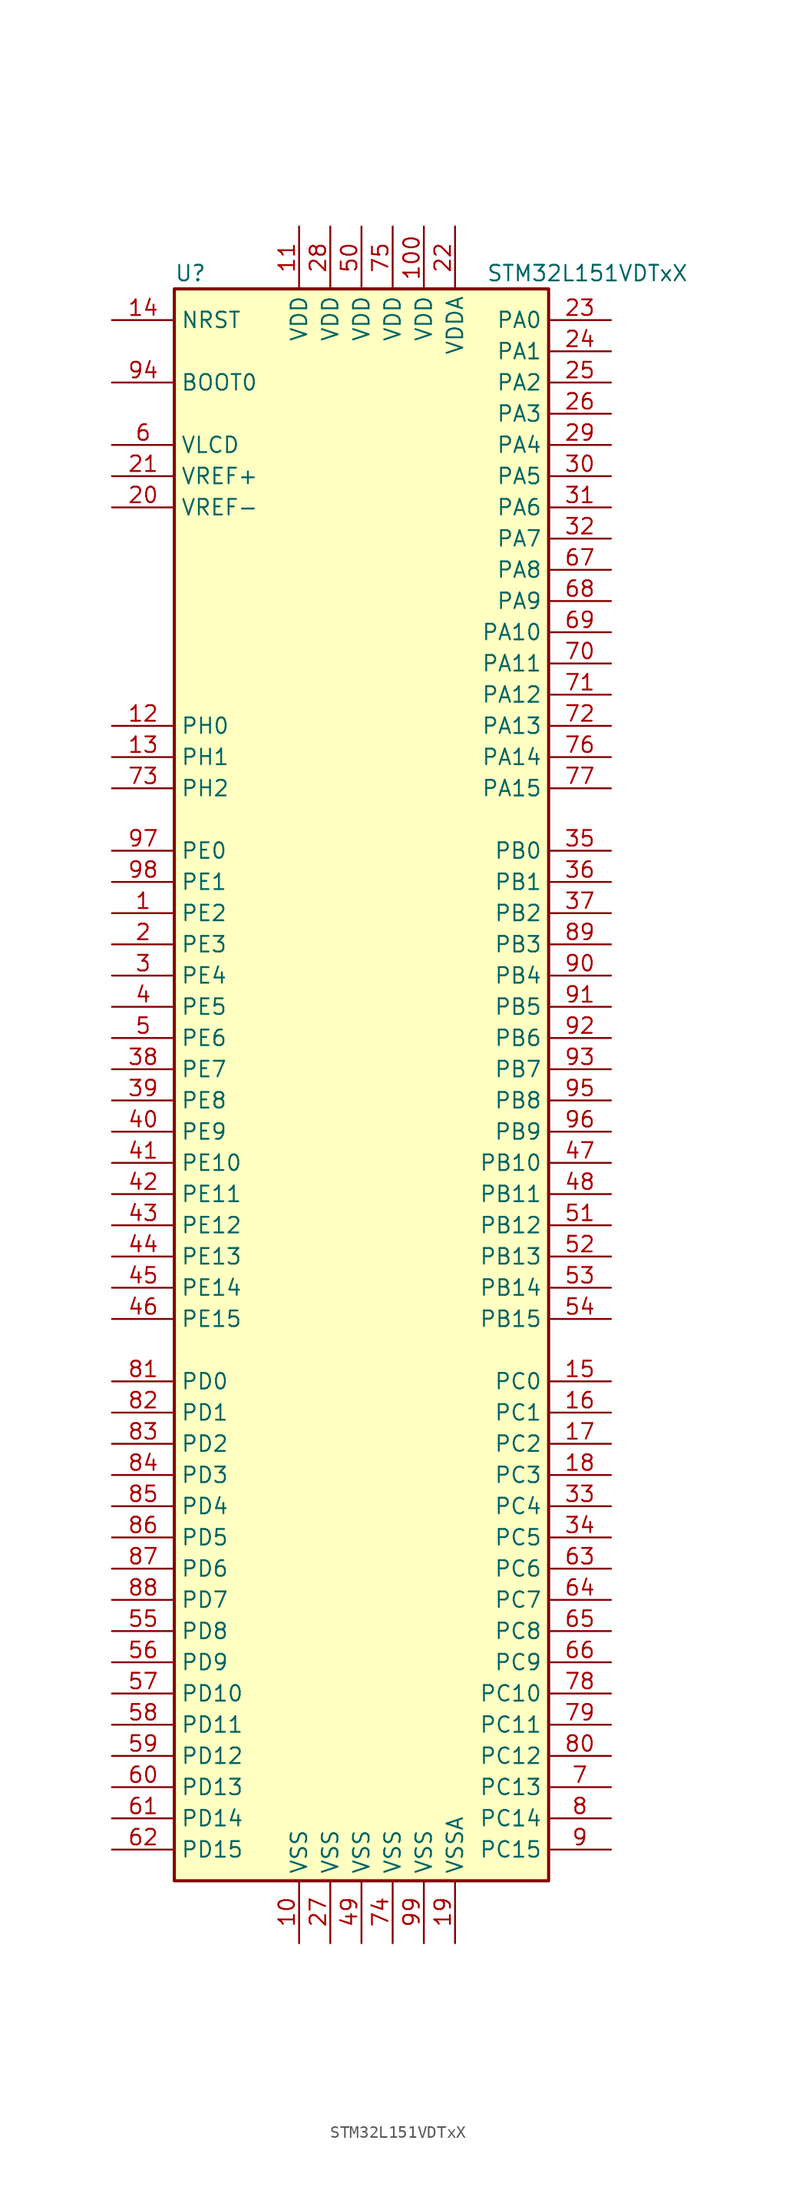
<source format=kicad_sym>
(kicad_symbol_lib
  (version 20201005)
  (generator kicad_symbol_editor)
  (symbol "STM32L151VDTxX"
    (property "Reference" "U"
      (at -15.24 64.77 0)
      (effects (font (size 1.27 1.27)) (justify left)))
    (property "Value" "STM32L151VDTxX"
      (at 10.16 64.77 0)
      (effects (font (size 1.27 1.27)) (justify left)))
    (symbol "STM32L151VDTxX_0_1"
      (rectangle (start -15.24 -66.04) (end 15.24 63.5) (stroke (width 0.254)) (fill (type background))))
    (symbol "STM32L151VDTxX_1_1"
      (pin input line (at -20.32 55.88 0) (length 5.08) (name "BOOT0" (effects (font (size 1.27 1.27)))) (number "94" (effects (font (size 1.27 1.27)))))
      (pin input line (at -20.32 60.96 0) (length 5.08) (name "NRST" (effects (font (size 1.27 1.27)))) (number "14" (effects (font (size 1.27 1.27)))))
      (pin bidirectional line (at 20.32 60.96 180) (length 5.08) (name "PA0" (effects (font (size 1.27 1.27)))) (number "23" (effects (font (size 1.27 1.27)))))
      (pin bidirectional line (at 20.32 58.42 180) (length 5.08) (name "PA1" (effects (font (size 1.27 1.27)))) (number "24" (effects (font (size 1.27 1.27)))))
      (pin bidirectional line (at 20.32 35.56 180) (length 5.08) (name "PA10" (effects (font (size 1.27 1.27)))) (number "69" (effects (font (size 1.27 1.27)))))
      (pin bidirectional line (at 20.32 33.02 180) (length 5.08) (name "PA11" (effects (font (size 1.27 1.27)))) (number "70" (effects (font (size 1.27 1.27)))))
      (pin bidirectional line (at 20.32 30.48 180) (length 5.08) (name "PA12" (effects (font (size 1.27 1.27)))) (number "71" (effects (font (size 1.27 1.27)))))
      (pin bidirectional line (at 20.32 27.94 180) (length 5.08) (name "PA13" (effects (font (size 1.27 1.27)))) (number "72" (effects (font (size 1.27 1.27)))))
      (pin bidirectional line (at 20.32 25.4 180) (length 5.08) (name "PA14" (effects (font (size 1.27 1.27)))) (number "76" (effects (font (size 1.27 1.27)))))
      (pin bidirectional line (at 20.32 22.86 180) (length 5.08) (name "PA15" (effects (font (size 1.27 1.27)))) (number "77" (effects (font (size 1.27 1.27)))))
      (pin bidirectional line (at 20.32 55.88 180) (length 5.08) (name "PA2" (effects (font (size 1.27 1.27)))) (number "25" (effects (font (size 1.27 1.27)))))
      (pin bidirectional line (at 20.32 53.34 180) (length 5.08) (name "PA3" (effects (font (size 1.27 1.27)))) (number "26" (effects (font (size 1.27 1.27)))))
      (pin bidirectional line (at 20.32 50.8 180) (length 5.08) (name "PA4" (effects (font (size 1.27 1.27)))) (number "29" (effects (font (size 1.27 1.27)))))
      (pin bidirectional line (at 20.32 48.26 180) (length 5.08) (name "PA5" (effects (font (size 1.27 1.27)))) (number "30" (effects (font (size 1.27 1.27)))))
      (pin bidirectional line (at 20.32 45.72 180) (length 5.08) (name "PA6" (effects (font (size 1.27 1.27)))) (number "31" (effects (font (size 1.27 1.27)))))
      (pin bidirectional line (at 20.32 43.18 180) (length 5.08) (name "PA7" (effects (font (size 1.27 1.27)))) (number "32" (effects (font (size 1.27 1.27)))))
      (pin bidirectional line (at 20.32 40.64 180) (length 5.08) (name "PA8" (effects (font (size 1.27 1.27)))) (number "67" (effects (font (size 1.27 1.27)))))
      (pin bidirectional line (at 20.32 38.1 180) (length 5.08) (name "PA9" (effects (font (size 1.27 1.27)))) (number "68" (effects (font (size 1.27 1.27)))))
      (pin bidirectional line (at 20.32 17.78 180) (length 5.08) (name "PB0" (effects (font (size 1.27 1.27)))) (number "35" (effects (font (size 1.27 1.27)))))
      (pin bidirectional line (at 20.32 15.24 180) (length 5.08) (name "PB1" (effects (font (size 1.27 1.27)))) (number "36" (effects (font (size 1.27 1.27)))))
      (pin bidirectional line (at 20.32 -7.62 180) (length 5.08) (name "PB10" (effects (font (size 1.27 1.27)))) (number "47" (effects (font (size 1.27 1.27)))))
      (pin bidirectional line (at 20.32 -10.16 180) (length 5.08) (name "PB11" (effects (font (size 1.27 1.27)))) (number "48" (effects (font (size 1.27 1.27)))))
      (pin bidirectional line (at 20.32 -12.7 180) (length 5.08) (name "PB12" (effects (font (size 1.27 1.27)))) (number "51" (effects (font (size 1.27 1.27)))))
      (pin bidirectional line (at 20.32 -15.24 180) (length 5.08) (name "PB13" (effects (font (size 1.27 1.27)))) (number "52" (effects (font (size 1.27 1.27)))))
      (pin bidirectional line (at 20.32 -17.78 180) (length 5.08) (name "PB14" (effects (font (size 1.27 1.27)))) (number "53" (effects (font (size 1.27 1.27)))))
      (pin bidirectional line (at 20.32 -20.32 180) (length 5.08) (name "PB15" (effects (font (size 1.27 1.27)))) (number "54" (effects (font (size 1.27 1.27)))))
      (pin bidirectional line (at 20.32 12.7 180) (length 5.08) (name "PB2" (effects (font (size 1.27 1.27)))) (number "37" (effects (font (size 1.27 1.27)))))
      (pin bidirectional line (at 20.32 10.16 180) (length 5.08) (name "PB3" (effects (font (size 1.27 1.27)))) (number "89" (effects (font (size 1.27 1.27)))))
      (pin bidirectional line (at 20.32 7.62 180) (length 5.08) (name "PB4" (effects (font (size 1.27 1.27)))) (number "90" (effects (font (size 1.27 1.27)))))
      (pin bidirectional line (at 20.32 5.08 180) (length 5.08) (name "PB5" (effects (font (size 1.27 1.27)))) (number "91" (effects (font (size 1.27 1.27)))))
      (pin bidirectional line (at 20.32 2.54 180) (length 5.08) (name "PB6" (effects (font (size 1.27 1.27)))) (number "92" (effects (font (size 1.27 1.27)))))
      (pin bidirectional line (at 20.32 0 180) (length 5.08) (name "PB7" (effects (font (size 1.27 1.27)))) (number "93" (effects (font (size 1.27 1.27)))))
      (pin bidirectional line (at 20.32 -2.54 180) (length 5.08) (name "PB8" (effects (font (size 1.27 1.27)))) (number "95" (effects (font (size 1.27 1.27)))))
      (pin bidirectional line (at 20.32 -5.08 180) (length 5.08) (name "PB9" (effects (font (size 1.27 1.27)))) (number "96" (effects (font (size 1.27 1.27)))))
      (pin bidirectional line (at 20.32 -25.4 180) (length 5.08) (name "PC0" (effects (font (size 1.27 1.27)))) (number "15" (effects (font (size 1.27 1.27)))))
      (pin bidirectional line (at 20.32 -27.94 180) (length 5.08) (name "PC1" (effects (font (size 1.27 1.27)))) (number "16" (effects (font (size 1.27 1.27)))))
      (pin bidirectional line (at 20.32 -50.8 180) (length 5.08) (name "PC10" (effects (font (size 1.27 1.27)))) (number "78" (effects (font (size 1.27 1.27)))))
      (pin bidirectional line (at 20.32 -53.34 180) (length 5.08) (name "PC11" (effects (font (size 1.27 1.27)))) (number "79" (effects (font (size 1.27 1.27)))))
      (pin bidirectional line (at 20.32 -55.88 180) (length 5.08) (name "PC12" (effects (font (size 1.27 1.27)))) (number "80" (effects (font (size 1.27 1.27)))))
      (pin bidirectional line (at 20.32 -58.42 180) (length 5.08) (name "PC13" (effects (font (size 1.27 1.27)))) (number "7" (effects (font (size 1.27 1.27)))))
      (pin bidirectional line (at 20.32 -60.96 180) (length 5.08) (name "PC14" (effects (font (size 1.27 1.27)))) (number "8" (effects (font (size 1.27 1.27)))))
      (pin bidirectional line (at 20.32 -63.5 180) (length 5.08) (name "PC15" (effects (font (size 1.27 1.27)))) (number "9" (effects (font (size 1.27 1.27)))))
      (pin bidirectional line (at 20.32 -30.48 180) (length 5.08) (name "PC2" (effects (font (size 1.27 1.27)))) (number "17" (effects (font (size 1.27 1.27)))))
      (pin bidirectional line (at 20.32 -33.02 180) (length 5.08) (name "PC3" (effects (font (size 1.27 1.27)))) (number "18" (effects (font (size 1.27 1.27)))))
      (pin bidirectional line (at 20.32 -35.56 180) (length 5.08) (name "PC4" (effects (font (size 1.27 1.27)))) (number "33" (effects (font (size 1.27 1.27)))))
      (pin bidirectional line (at 20.32 -38.1 180) (length 5.08) (name "PC5" (effects (font (size 1.27 1.27)))) (number "34" (effects (font (size 1.27 1.27)))))
      (pin bidirectional line (at 20.32 -40.64 180) (length 5.08) (name "PC6" (effects (font (size 1.27 1.27)))) (number "63" (effects (font (size 1.27 1.27)))))
      (pin bidirectional line (at 20.32 -43.18 180) (length 5.08) (name "PC7" (effects (font (size 1.27 1.27)))) (number "64" (effects (font (size 1.27 1.27)))))
      (pin bidirectional line (at 20.32 -45.72 180) (length 5.08) (name "PC8" (effects (font (size 1.27 1.27)))) (number "65" (effects (font (size 1.27 1.27)))))
      (pin bidirectional line (at 20.32 -48.26 180) (length 5.08) (name "PC9" (effects (font (size 1.27 1.27)))) (number "66" (effects (font (size 1.27 1.27)))))
      (pin bidirectional line (at -20.32 -25.4 0) (length 5.08) (name "PD0" (effects (font (size 1.27 1.27)))) (number "81" (effects (font (size 1.27 1.27)))))
      (pin bidirectional line (at -20.32 -27.94 0) (length 5.08) (name "PD1" (effects (font (size 1.27 1.27)))) (number "82" (effects (font (size 1.27 1.27)))))
      (pin bidirectional line (at -20.32 -50.8 0) (length 5.08) (name "PD10" (effects (font (size 1.27 1.27)))) (number "57" (effects (font (size 1.27 1.27)))))
      (pin bidirectional line (at -20.32 -53.34 0) (length 5.08) (name "PD11" (effects (font (size 1.27 1.27)))) (number "58" (effects (font (size 1.27 1.27)))))
      (pin bidirectional line (at -20.32 -55.88 0) (length 5.08) (name "PD12" (effects (font (size 1.27 1.27)))) (number "59" (effects (font (size 1.27 1.27)))))
      (pin bidirectional line (at -20.32 -58.42 0) (length 5.08) (name "PD13" (effects (font (size 1.27 1.27)))) (number "60" (effects (font (size 1.27 1.27)))))
      (pin bidirectional line (at -20.32 -60.96 0) (length 5.08) (name "PD14" (effects (font (size 1.27 1.27)))) (number "61" (effects (font (size 1.27 1.27)))))
      (pin bidirectional line (at -20.32 -63.5 0) (length 5.08) (name "PD15" (effects (font (size 1.27 1.27)))) (number "62" (effects (font (size 1.27 1.27)))))
      (pin bidirectional line (at -20.32 -30.48 0) (length 5.08) (name "PD2" (effects (font (size 1.27 1.27)))) (number "83" (effects (font (size 1.27 1.27)))))
      (pin bidirectional line (at -20.32 -33.02 0) (length 5.08) (name "PD3" (effects (font (size 1.27 1.27)))) (number "84" (effects (font (size 1.27 1.27)))))
      (pin bidirectional line (at -20.32 -35.56 0) (length 5.08) (name "PD4" (effects (font (size 1.27 1.27)))) (number "85" (effects (font (size 1.27 1.27)))))
      (pin bidirectional line (at -20.32 -38.1 0) (length 5.08) (name "PD5" (effects (font (size 1.27 1.27)))) (number "86" (effects (font (size 1.27 1.27)))))
      (pin bidirectional line (at -20.32 -40.64 0) (length 5.08) (name "PD6" (effects (font (size 1.27 1.27)))) (number "87" (effects (font (size 1.27 1.27)))))
      (pin bidirectional line (at -20.32 -43.18 0) (length 5.08) (name "PD7" (effects (font (size 1.27 1.27)))) (number "88" (effects (font (size 1.27 1.27)))))
      (pin bidirectional line (at -20.32 -45.72 0) (length 5.08) (name "PD8" (effects (font (size 1.27 1.27)))) (number "55" (effects (font (size 1.27 1.27)))))
      (pin bidirectional line (at -20.32 -48.26 0) (length 5.08) (name "PD9" (effects (font (size 1.27 1.27)))) (number "56" (effects (font (size 1.27 1.27)))))
      (pin bidirectional line (at -20.32 17.78 0) (length 5.08) (name "PE0" (effects (font (size 1.27 1.27)))) (number "97" (effects (font (size 1.27 1.27)))))
      (pin bidirectional line (at -20.32 15.24 0) (length 5.08) (name "PE1" (effects (font (size 1.27 1.27)))) (number "98" (effects (font (size 1.27 1.27)))))
      (pin bidirectional line (at -20.32 -7.62 0) (length 5.08) (name "PE10" (effects (font (size 1.27 1.27)))) (number "41" (effects (font (size 1.27 1.27)))))
      (pin bidirectional line (at -20.32 -10.16 0) (length 5.08) (name "PE11" (effects (font (size 1.27 1.27)))) (number "42" (effects (font (size 1.27 1.27)))))
      (pin bidirectional line (at -20.32 -12.7 0) (length 5.08) (name "PE12" (effects (font (size 1.27 1.27)))) (number "43" (effects (font (size 1.27 1.27)))))
      (pin bidirectional line (at -20.32 -15.24 0) (length 5.08) (name "PE13" (effects (font (size 1.27 1.27)))) (number "44" (effects (font (size 1.27 1.27)))))
      (pin bidirectional line (at -20.32 -17.78 0) (length 5.08) (name "PE14" (effects (font (size 1.27 1.27)))) (number "45" (effects (font (size 1.27 1.27)))))
      (pin bidirectional line (at -20.32 -20.32 0) (length 5.08) (name "PE15" (effects (font (size 1.27 1.27)))) (number "46" (effects (font (size 1.27 1.27)))))
      (pin bidirectional line (at -20.32 12.7 0) (length 5.08) (name "PE2" (effects (font (size 1.27 1.27)))) (number "1" (effects (font (size 1.27 1.27)))))
      (pin bidirectional line (at -20.32 10.16 0) (length 5.08) (name "PE3" (effects (font (size 1.27 1.27)))) (number "2" (effects (font (size 1.27 1.27)))))
      (pin bidirectional line (at -20.32 7.62 0) (length 5.08) (name "PE4" (effects (font (size 1.27 1.27)))) (number "3" (effects (font (size 1.27 1.27)))))
      (pin bidirectional line (at -20.32 5.08 0) (length 5.08) (name "PE5" (effects (font (size 1.27 1.27)))) (number "4" (effects (font (size 1.27 1.27)))))
      (pin bidirectional line (at -20.32 2.54 0) (length 5.08) (name "PE6" (effects (font (size 1.27 1.27)))) (number "5" (effects (font (size 1.27 1.27)))))
      (pin bidirectional line (at -20.32 0 0) (length 5.08) (name "PE7" (effects (font (size 1.27 1.27)))) (number "38" (effects (font (size 1.27 1.27)))))
      (pin bidirectional line (at -20.32 -2.54 0) (length 5.08) (name "PE8" (effects (font (size 1.27 1.27)))) (number "39" (effects (font (size 1.27 1.27)))))
      (pin bidirectional line (at -20.32 -5.08 0) (length 5.08) (name "PE9" (effects (font (size 1.27 1.27)))) (number "40" (effects (font (size 1.27 1.27)))))
      (pin input line (at -20.32 27.94 0) (length 5.08) (name "PH0" (effects (font (size 1.27 1.27)))) (number "12" (effects (font (size 1.27 1.27)))))
      (pin input line (at -20.32 25.4 0) (length 5.08) (name "PH1" (effects (font (size 1.27 1.27)))) (number "13" (effects (font (size 1.27 1.27)))))
      (pin bidirectional line (at -20.32 22.86 0) (length 5.08) (name "PH2" (effects (font (size 1.27 1.27)))) (number "73" (effects (font (size 1.27 1.27)))))
      (pin power_in line (at 5.08 68.58 270) (length 5.08) (name "VDD" (effects (font (size 1.27 1.27)))) (number "100" (effects (font (size 1.27 1.27)))))
      (pin power_in line (at -5.08 68.58 270) (length 5.08) (name "VDD" (effects (font (size 1.27 1.27)))) (number "11" (effects (font (size 1.27 1.27)))))
      (pin power_in line (at -2.54 68.58 270) (length 5.08) (name "VDD" (effects (font (size 1.27 1.27)))) (number "28" (effects (font (size 1.27 1.27)))))
      (pin power_in line (at 0 68.58 270) (length 5.08) (name "VDD" (effects (font (size 1.27 1.27)))) (number "50" (effects (font (size 1.27 1.27)))))
      (pin power_in line (at 2.54 68.58 270) (length 5.08) (name "VDD" (effects (font (size 1.27 1.27)))) (number "75" (effects (font (size 1.27 1.27)))))
      (pin power_in line (at 7.62 68.58 270) (length 5.08) (name "VDDA" (effects (font (size 1.27 1.27)))) (number "22" (effects (font (size 1.27 1.27)))))
      (pin power_in line (at -20.32 50.8 0) (length 5.08) (name "VLCD" (effects (font (size 1.27 1.27)))) (number "6" (effects (font (size 1.27 1.27)))))
      (pin power_in line (at -20.32 48.26 0) (length 5.08) (name "VREF+" (effects (font (size 1.27 1.27)))) (number "21" (effects (font (size 1.27 1.27)))))
      (pin power_in line (at -20.32 45.72 0) (length 5.08) (name "VREF-" (effects (font (size 1.27 1.27)))) (number "20" (effects (font (size 1.27 1.27)))))
      (pin power_in line (at -5.08 -71.12 90) (length 5.08) (name "VSS" (effects (font (size 1.27 1.27)))) (number "10" (effects (font (size 1.27 1.27)))))
      (pin power_in line (at -2.54 -71.12 90) (length 5.08) (name "VSS" (effects (font (size 1.27 1.27)))) (number "27" (effects (font (size 1.27 1.27)))))
      (pin power_in line (at 0 -71.12 90) (length 5.08) (name "VSS" (effects (font (size 1.27 1.27)))) (number "49" (effects (font (size 1.27 1.27)))))
      (pin power_in line (at 2.54 -71.12 90) (length 5.08) (name "VSS" (effects (font (size 1.27 1.27)))) (number "74" (effects (font (size 1.27 1.27)))))
      (pin power_in line (at 5.08 -71.12 90) (length 5.08) (name "VSS" (effects (font (size 1.27 1.27)))) (number "99" (effects (font (size 1.27 1.27)))))
      (pin power_in line (at 7.62 -71.12 90) (length 5.08) (name "VSSA" (effects (font (size 1.27 1.27)))) (number "19" (effects (font (size 1.27 1.27))))))))
</source>
